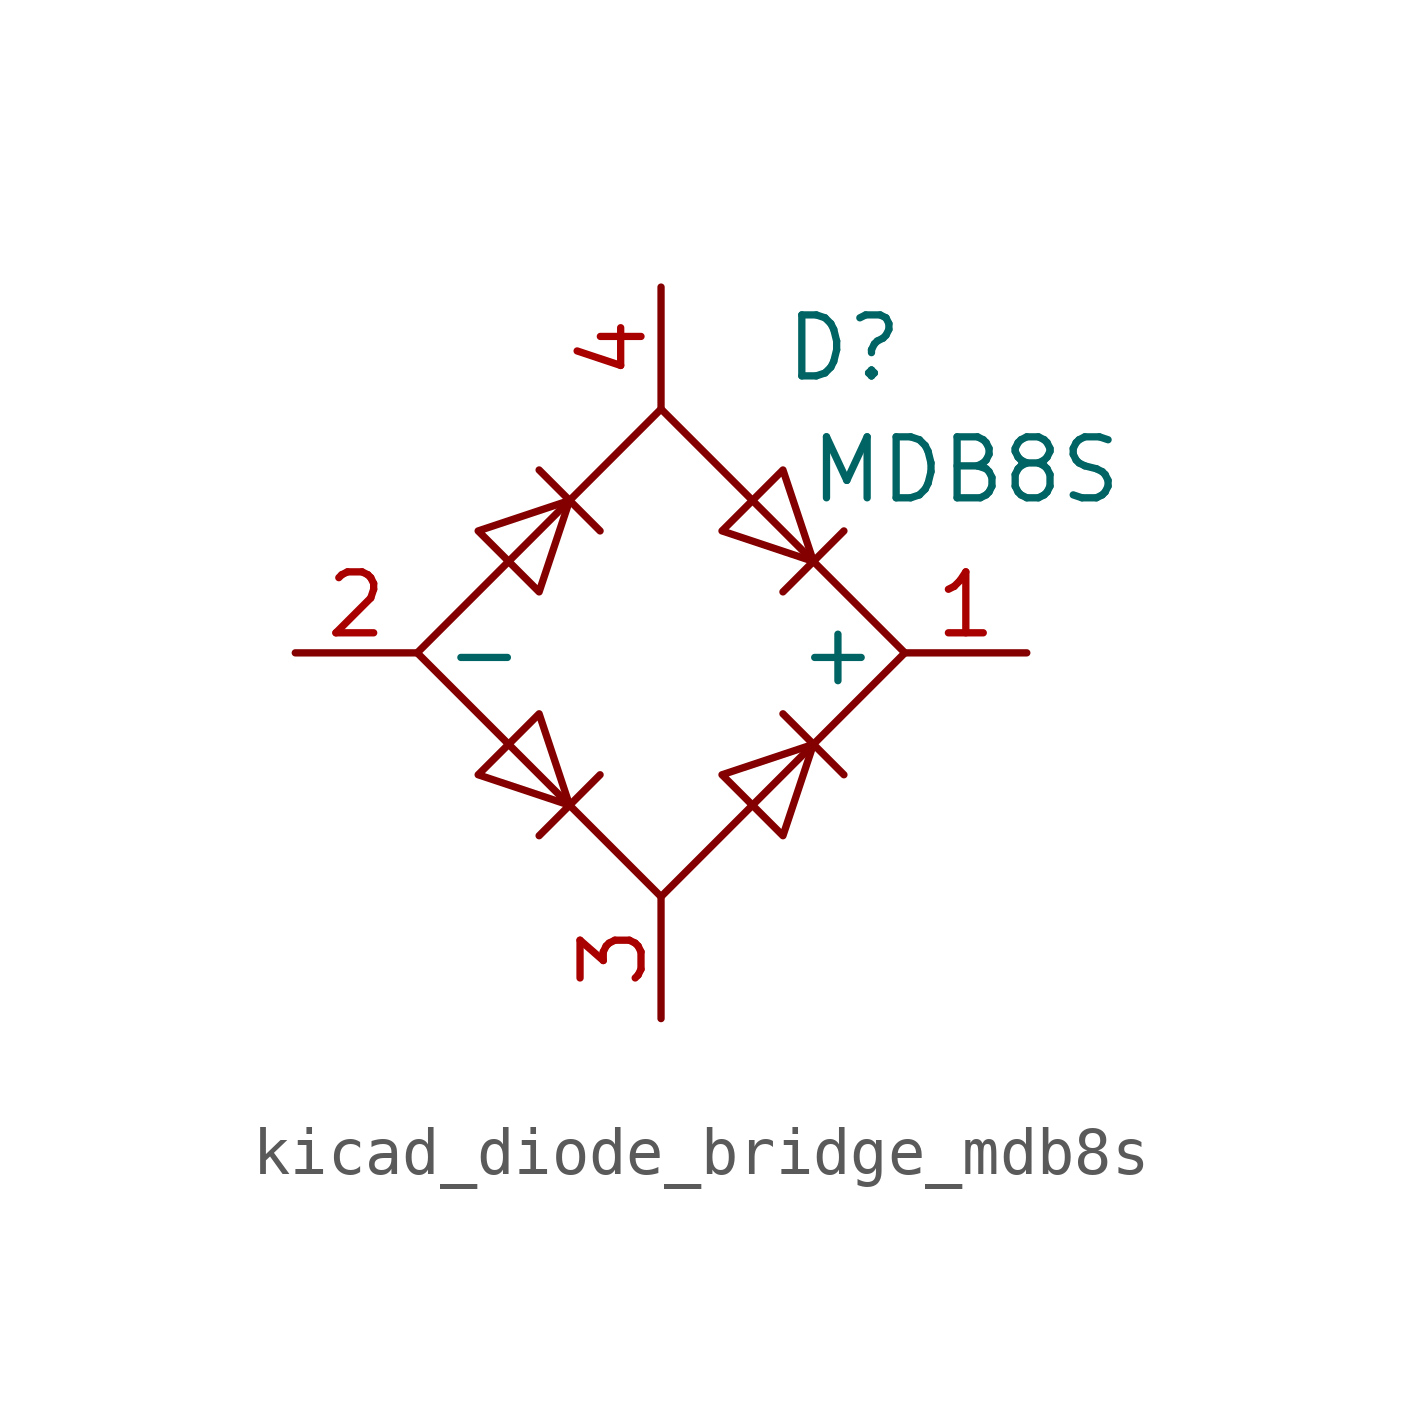
<source format=kicad_sym>
(kicad_symbol_lib
  (version 20220914)
  (generator kicad_symbol_editor)
  (symbol "kicad_diode_bridge_mdb8s"
    (property "Reference" "D"
      (at 3.81 6.35 0)
      (effects (font (size 1.27 1.27))))
    (property "Value" "MDB8S"
      (at 6.35 3.81 0)
      (effects (font (size 1.27 1.27))))
    (symbol "kicad_diode_bridge_mdb8s_1_1"
      (polyline (pts (xy -2.54 3.81) (xy -1.27 2.54)) (stroke (width 0) (type default)) (fill (type none)))
      (polyline (pts (xy -1.27 -2.54) (xy -2.54 -3.81)) (stroke (width 0) (type default)) (fill (type none)))
      (polyline (pts (xy 2.54 -1.27) (xy 3.81 -2.54)) (stroke (width 0) (type default)) (fill (type none)))
      (polyline (pts (xy 2.54 1.27) (xy 3.81 2.54)) (stroke (width 0) (type default)) (fill (type none)))
      (polyline (pts (xy -3.81 2.54) (xy -2.54 1.27) (xy -1.905 3.175) (xy -3.81 2.54)) (stroke (width 0) (type default)) (fill (type none)))
      (polyline (pts (xy -2.54 -1.27) (xy -3.81 -2.54) (xy -1.905 -3.175) (xy -2.54 -1.27)) (stroke (width 0) (type default)) (fill (type none)))
      (polyline (pts (xy 1.27 2.54) (xy 2.54 3.81) (xy 3.175 1.905) (xy 1.27 2.54)) (stroke (width 0) (type default)) (fill (type none)))
      (polyline (pts (xy 3.175 -1.905) (xy 1.27 -2.54) (xy 2.54 -3.81) (xy 3.175 -1.905)) (stroke (width 0) (type default)) (fill (type none)))
      (polyline (pts (xy -5.08 0) (xy 0 -5.08) (xy 5.08 0) (xy 0 5.08) (xy -5.08 0)) (stroke (width 0) (type default)) (fill (type none)))
      (pin passive line (at 7.62 0 180) (length 2.54) (name "+" (effects (font (size 1.27 1.27)))) (number "1" (effects (font (size 1.27 1.27)))))
      (pin passive line (at -7.62 0 0) (length 2.54) (name "-" (effects (font (size 1.27 1.27)))) (number "2" (effects (font (size 1.27 1.27)))))
      (pin passive line (at 0 -7.62 90) (length 2.54) (name "~" (effects (font (size 1.27 1.27)))) (number "3" (effects (font (size 1.27 1.27)))))
      (pin passive line (at 0 7.62 270) (length 2.54) (name "~" (effects (font (size 1.27 1.27)))) (number "4" (effects (font (size 1.27 1.27))))))))
</source>
